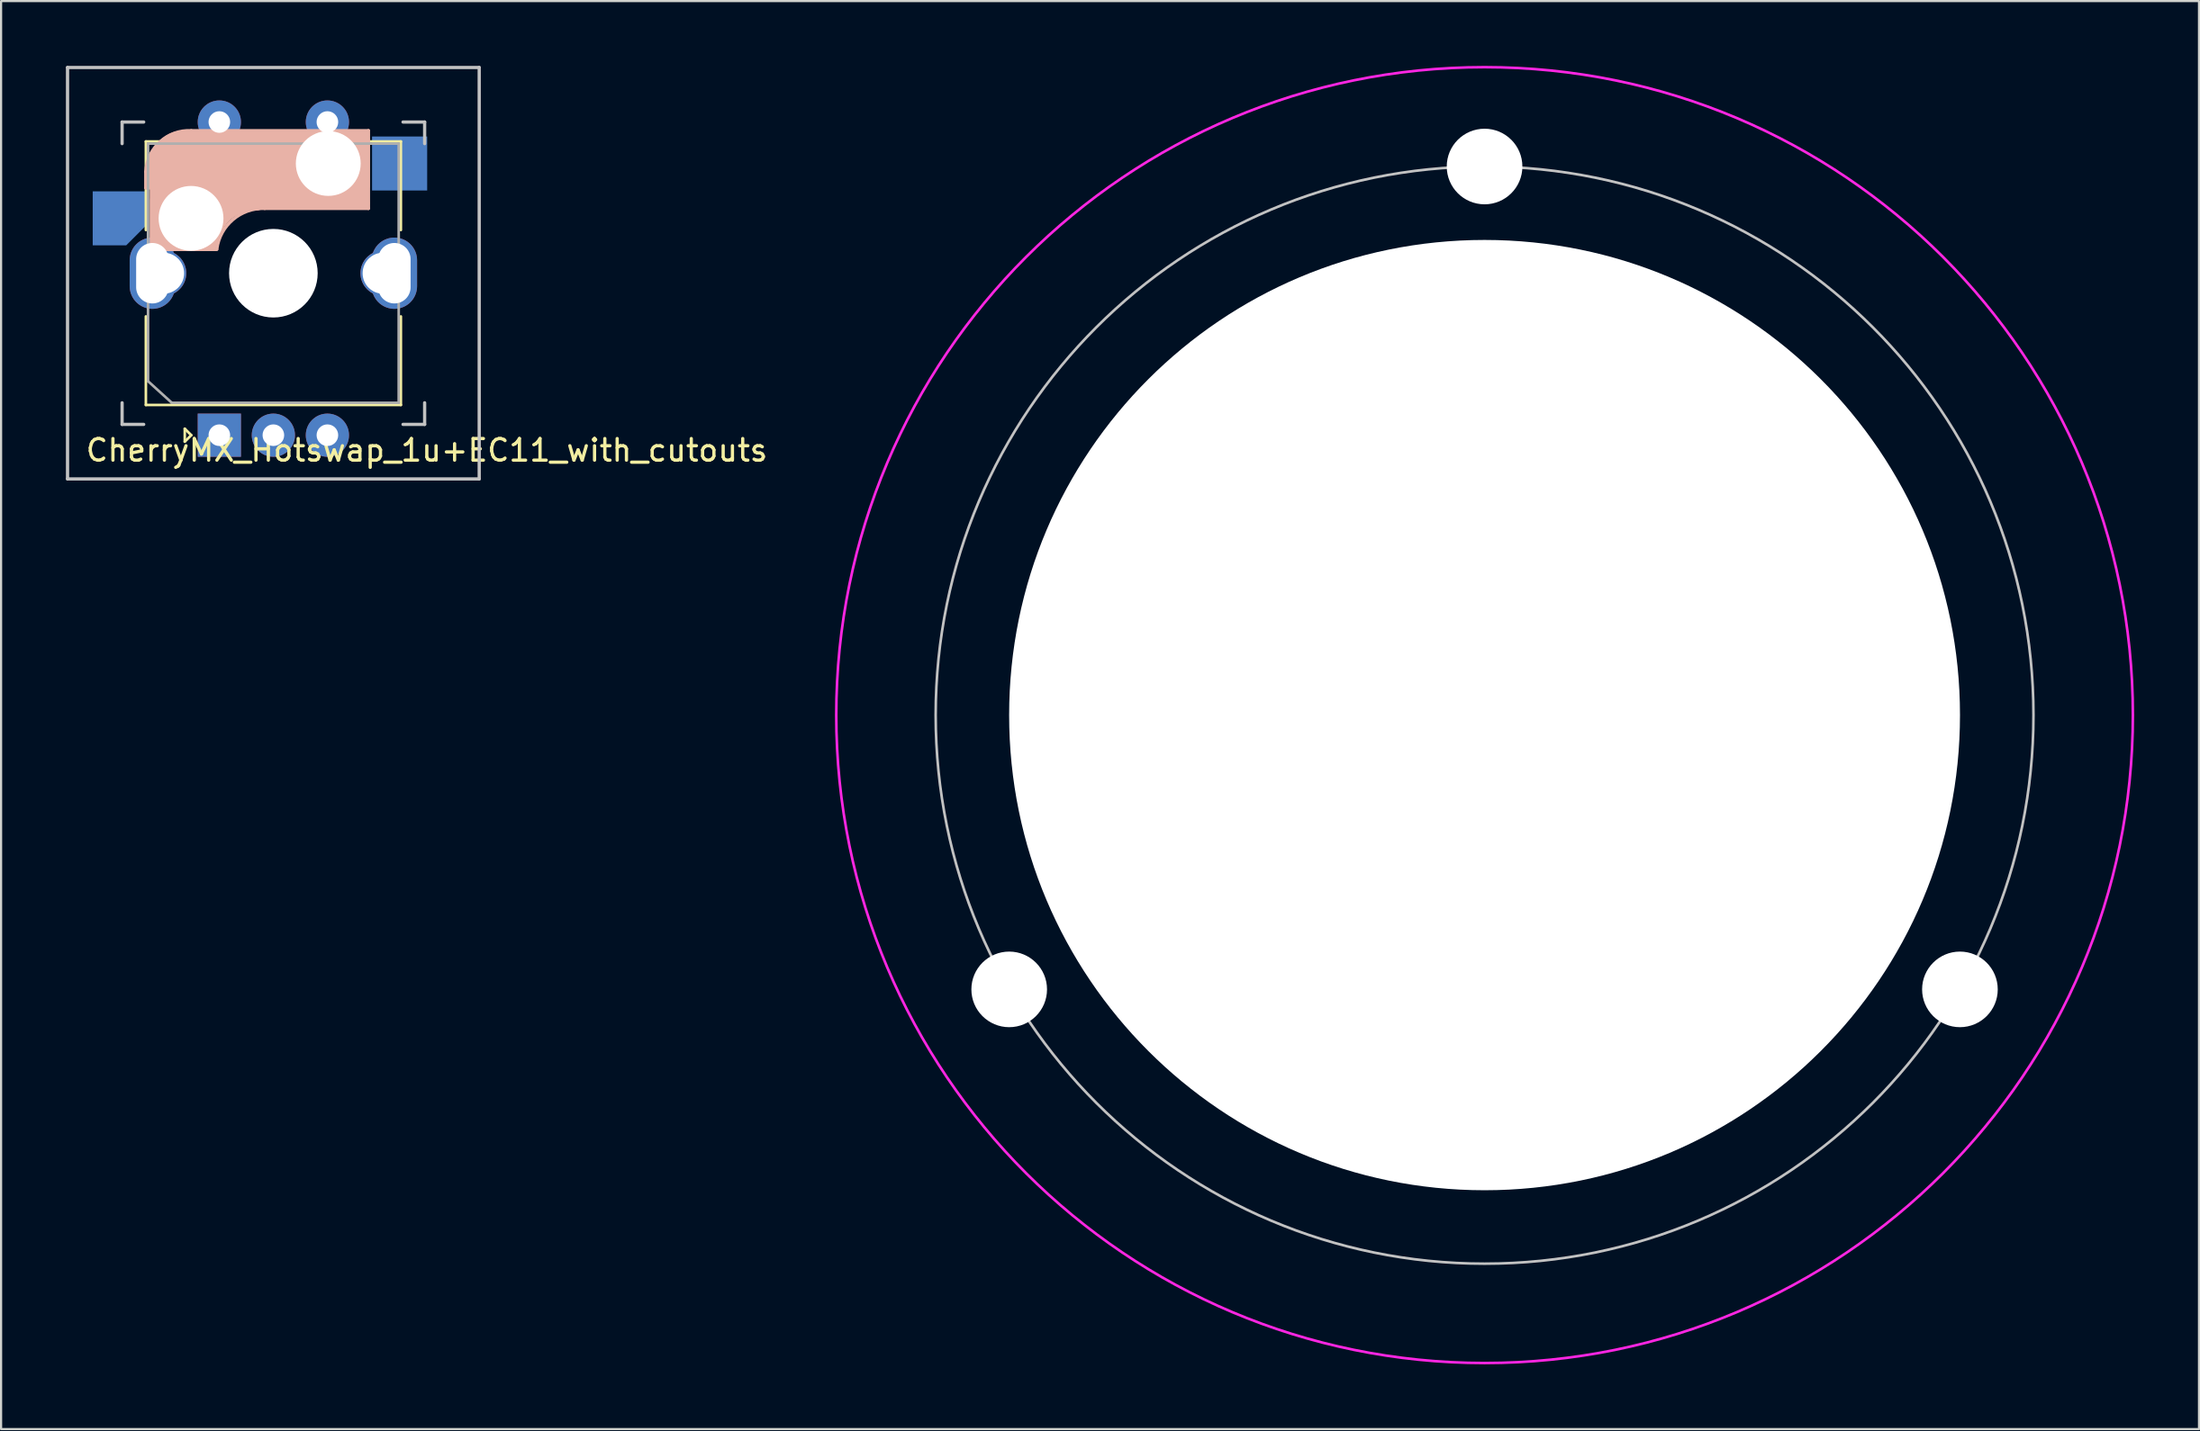
<source format=kicad_pcb>
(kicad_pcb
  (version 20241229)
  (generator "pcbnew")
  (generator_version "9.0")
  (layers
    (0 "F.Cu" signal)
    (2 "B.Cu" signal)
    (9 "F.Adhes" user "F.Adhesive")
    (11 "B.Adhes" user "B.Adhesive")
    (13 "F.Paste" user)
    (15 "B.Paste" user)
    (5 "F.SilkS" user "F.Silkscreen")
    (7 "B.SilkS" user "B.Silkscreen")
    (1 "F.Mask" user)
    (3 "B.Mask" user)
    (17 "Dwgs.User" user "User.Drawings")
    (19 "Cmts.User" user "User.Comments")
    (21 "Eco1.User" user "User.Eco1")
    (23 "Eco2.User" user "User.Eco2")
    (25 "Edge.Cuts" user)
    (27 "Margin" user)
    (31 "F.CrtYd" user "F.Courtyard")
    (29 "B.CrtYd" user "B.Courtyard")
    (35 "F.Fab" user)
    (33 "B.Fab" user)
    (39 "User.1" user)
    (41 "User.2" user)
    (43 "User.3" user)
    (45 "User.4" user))
  (footprint "CherryMX_Hotswap_1u+EC11_with_cutouts"
    (layer "F.Cu")
    (at 9.6 9.6)
    (property "Reference" "CherryMX_Hotswap_1u+EC11_with_cutouts" (at 7.1 8.2 0) (layer "F.SilkS") (effects (font (size 1 1) (thickness 0.15))))
    (attr through_hole)
    (fp_line (start -5.9 -6.1) (end -3.5 -6.1) (stroke (width 0.12) (type solid)) (layer "F.SilkS"))
    (fp_line (start -5.9 -2) (end -5.9 -6.1) (stroke (width 0.12) (type solid)) (layer "F.SilkS"))
    (fp_line (start -5.9 2) (end -5.9 6.1) (stroke (width 0.12) (type solid)) (layer "F.SilkS"))
    (fp_line (start -5.9 6.1) (end 5.9 6.1) (stroke (width 0.12) (type solid)) (layer "F.SilkS"))
    (fp_line (start -4.1 7.2) (end -3.8 7.5) (stroke (width 0.12) (type solid)) (layer "F.SilkS"))
    (fp_line (start -4.1 7.8) (end -4.1 7.2) (stroke (width 0.12) (type solid)) (layer "F.SilkS"))
    (fp_line (start -3.8 7.5) (end -4.1 7.8) (stroke (width 0.12) (type solid)) (layer "F.SilkS"))
    (fp_line (start -1.3 -6.1) (end 0.75 -6.1) (stroke (width 0.12) (type solid)) (layer "F.SilkS"))
    (fp_line (start 4.3 -6.1) (end 5.9 -6.1) (stroke (width 0.12) (type solid)) (layer "F.SilkS"))
    (fp_line (start 5.9 -6.1) (end 5.9 -2) (stroke (width 0.12) (type solid)) (layer "F.SilkS"))
    (fp_line (start 5.9 2) (end 5.9 6.1) (stroke (width 0.12) (type solid)) (layer "F.SilkS"))
    (fp_line (start -5.9 -4.7) (end -5.9 -3.95) (stroke (width 0.15) (type solid)) (layer "B.SilkS"))
    (fp_line (start -5.9 -3.95) (end -5.7 -3.95) (stroke (width 0.15) (type solid)) (layer "B.SilkS"))
    (fp_line (start -5.8 -4.05) (end -5.8 -4.7) (stroke (width 0.3) (type solid)) (layer "B.SilkS"))
    (fp_line (start -5.65 -5.55) (end -5.65 -1.1) (stroke (width 0.15) (type solid)) (layer "B.SilkS"))
    (fp_line (start -5.65 -1.1) (end -2.62 -1.1) (stroke (width 0.15) (type solid)) (layer "B.SilkS"))
    (fp_line (start -5.45 -1.3) (end -3 -1.3) (stroke (width 0.5) (type solid)) (layer "B.SilkS"))
    (fp_line (start -5.3 -1.6) (end -5.3 -3.4) (stroke (width 0.8) (type solid)) (layer "B.SilkS"))
    (fp_line (start -4.17 -5.1) (end -4.17 -2.86) (stroke (width 3) (type solid)) (layer "B.SilkS"))
    (fp_line (start -0.4 -3) (end 4.4 -3) (stroke (width 0.15) (type solid)) (layer "B.SilkS"))
    (fp_line (start 2.6 -4.8) (end -4.1 -4.8) (stroke (width 3.5) (type solid)) (layer "B.SilkS"))
    (fp_line (start 3.9 -6) (end 3.9 -3.5) (stroke (width 1) (type solid)) (layer "B.SilkS"))
    (fp_line (start 4.2 -3.25) (end 2.9 -3.3) (stroke (width 0.5) (type solid)) (layer "B.SilkS"))
    (fp_line (start 4.25 -6.4) (end 3 -6.4) (stroke (width 0.4) (type solid)) (layer "B.SilkS"))
    (fp_line (start 4.38 -4) (end 4.38 -6.25) (stroke (width 0.15) (type solid)) (layer "B.SilkS"))
    (fp_line (start 4.4 -6.6) (end -3.8 -6.6) (stroke (width 0.15) (type solid)) (layer "B.SilkS"))
    (fp_line (start 4.4 -3) (end 4.4 -6.6) (stroke (width 0.15) (type solid)) (layer "B.SilkS"))
    (fp_arc (start -5.9 -4.699999) (mid -5.243504 -6.084924) (end -3.800001 -6.6) (stroke (width 0.15) (type solid)) (layer "B.SilkS"))
    (fp_arc (start -3.016318 -1.521471) (mid -2.268709 -2.886118) (end -0.8 -3.4) (stroke (width 1) (type solid)) (layer "B.SilkS"))
    (fp_arc (start -2.616318 -1.121471) (mid -1.868709 -2.486118) (end -0.4 -3) (stroke (width 0.15) (type solid)) (layer "B.SilkS"))
    (fp_line (start -9.525 -9.525) (end 9.525 -9.525) (stroke (width 0.15) (type solid)) (layer "Dwgs.User"))
    (fp_line (start -9.525 9.525) (end -9.525 -9.525) (stroke (width 0.15) (type solid)) (layer "Dwgs.User"))
    (fp_line (start -7 -7) (end -6 -7) (stroke (width 0.15) (type solid)) (layer "Dwgs.User"))
    (fp_line (start -7 -6) (end -7 -7) (stroke (width 0.15) (type solid)) (layer "Dwgs.User"))
    (fp_line (start -7 6) (end -7 7) (stroke (width 0.15) (type solid)) (layer "Dwgs.User"))
    (fp_line (start -7 7) (end -6 7) (stroke (width 0.15) (type solid)) (layer "Dwgs.User"))
    (fp_line (start 6 7) (end 7 7) (stroke (width 0.15) (type solid)) (layer "Dwgs.User"))
    (fp_line (start 7 -7) (end 6 -7) (stroke (width 0.15) (type solid)) (layer "Dwgs.User"))
    (fp_line (start 7 -7) (end 7 -6) (stroke (width 0.15) (type solid)) (layer "Dwgs.User"))
    (fp_line (start 7 7) (end 7 6) (stroke (width 0.15) (type solid)) (layer "Dwgs.User"))
    (fp_line (start 9.525 -9.525) (end 9.525 9.525) (stroke (width 0.15) (type solid)) (layer "Dwgs.User"))
    (fp_line (start 9.525 9.525) (end -9.525 9.525) (stroke (width 0.15) (type solid)) (layer "Dwgs.User"))
    (fp_line (start -5.8 -6) (end 5.8 -6) (stroke (width 0.12) (type solid)) (layer "F.Fab"))
    (fp_line (start -5.8 5) (end -5.8 -6) (stroke (width 0.12) (type solid)) (layer "F.Fab"))
    (fp_line (start -4.7 6) (end -5.8 5) (stroke (width 0.12) (type solid)) (layer "F.Fab"))
    (fp_line (start 5.8 -6) (end 5.8 6) (stroke (width 0.12) (type solid)) (layer "F.Fab"))
    (fp_line (start 5.8 6) (end -4.7 6) (stroke (width 0.12) (type solid)) (layer "F.Fab"))
    (fp_line (start -8.6 -3.95) (end -8.6 -1.15) (stroke (width 0.1) (type default)) (layer "User.6"))
    (fp_line (start -8.6 -3.95) (end -3.165 -7.955) (stroke (width 0.1) (type default)) (layer "User.6"))
    (fp_line (start -8.6 -1.15) (end -6.503 1.471) (stroke (width 0.1) (type default)) (layer "User.6"))
    (fp_line (start -3.6 6.4) (end -3.6 8.6) (stroke (width 0.1) (type default)) (layer "User.6"))
    (fp_line (start -2.571 -8.15) (end 2.7 -8.15) (stroke (width 0.1) (type default)) (layer "User.6"))
    (fp_line (start 0 2.25) (end -5.715 1.881) (stroke (width 0.1) (type default)) (layer "User.6"))
    (fp_line (start 0 2.25) (end 5.726 1.883) (stroke (width 0.1) (type default)) (layer "User.6"))
    (fp_line (start 2.5 6.4) (end -3.6 6.4) (stroke (width 0.1) (type default)) (layer "User.6"))
    (fp_line (start 2.5 8.6) (end -3.6 8.6) (stroke (width 0.1) (type default)) (layer "User.6"))
    (fp_line (start 2.7 -8.15) (end 7.35 -6.55) (stroke (width 0.1) (type default)) (layer "User.6"))
    (fp_line (start 7.35 -6.55) (end 7.35 -3.65) (stroke (width 0.1) (type default)) (layer "User.6"))
    (fp_line (start 7.35 -3.65) (end 6.771 0.903) (stroke (width 0.1) (type default)) (layer "User.6"))
    (fp_arc (start -5.71529 1.881272) (mid -6.152662 1.759125) (end -6.503425 1.470718) (stroke (width 0.1) (type default)) (layer "User.6"))
    (fp_arc (start -3.164567 -7.955056) (mid -2.883573 -8.100015) (end -2.571368 -8.15) (stroke (width 0.1) (type default)) (layer "User.6"))
    (fp_arc (start 2.5 6.4) (mid 3.6 7.5) (end 2.5 8.6) (stroke (width 0.1) (type default)) (layer "User.6"))
    (fp_arc (start 6.771348 0.902843) (mid 6.42295 1.579057) (end 5.725829 1.883473) (stroke (width 0.1) (type default)) (layer "User.6"))
    (pad "" np_thru_hole circle (at -3.81 -2.54) (size 3 3) (drill 3) (layers "*.Cu" "*.Mask"))
    (pad "" np_thru_hole circle (at 0 0 90) (size 4.1 4.1) (drill 4.1) (layers "*.Cu" "*.Mask"))
    (pad "1" smd roundrect (at -7.085 -2.54 180) (size 2.55 2.5) (layers "B.Cu" "B.Mask" "B.Paste") (roundrect_rratio 0) (chamfer_ratio 0.4) (chamfer top_left))
    (pad "2" smd rect (at 5.842 -5.08 180) (size 2.55 2.5) (layers "B.Cu" "B.Mask" "B.Paste"))
    (pad "A" thru_hole rect (at -2.5 7.5 90) (size 2 2) (drill 1) (layers "*.Cu" "*.Mask"))
    (pad "B" thru_hole circle (at 2.5 7.5 90) (size 2 2) (drill 1) (layers "*.Cu" "*.Mask"))
    (pad "C" thru_hole circle (at 0 7.5 90) (size 2 2) (drill 1) (layers "*.Cu" "*.Mask"))
    (pad "MP" thru_hole oval (at -5.6 0 90) (size 3.3 2.1) (drill oval 2.8 1.5) (layers "*.Cu" "*.Mask"))
    (pad "MP" thru_hole circle (at -5.08 0) (size 2.1 2.1) (drill 1.9) (layers "*.Cu" "*.Mask"))
    (pad "MP" thru_hole circle (at 5.08 0) (size 2.1 2.1) (drill 1.9) (layers "*.Cu" "*.Mask"))
    (pad "MP" thru_hole oval (at 5.6 0 90) (size 3.3 2.1) (drill oval 2.8 1.5) (layers "*.Cu" "*.Mask"))
    (pad "S1" thru_hole circle (at -2.5 -7 90) (size 2 2) (drill 1) (layers "*.Cu" "*.Mask"))
    (pad "S2" thru_hole circle (at 2.5 -7 90) (size 2 2) (drill 1) (layers "*.Cu" "*.Mask"))
    (pad "S2" thru_hole circle (at 2.54 -5.08) (size 3.1 3.1) (drill 3) (layers "*.Cu" "*.Mask")))
  (footprint "CNC_Encoder"
    (layer "F.Cu")
    (at 65.647 30.06)
    (property "Reference" "CNC_Encoder" (at 0 0.5 0) (layer "F.SilkS") (effects (font (size 1 1) (thickness 0.15))))
    (attr through_hole)
    (fp_circle (center 0 0) (end 25.4 0) (stroke (width 0.12) (type solid)) (fill no) (layer "Dwgs.User"))
    (fp_circle (center 0 0) (end 30 0) (stroke (width 0.12) (type solid)) (fill no) (layer "F.CrtYd"))
    (pad "" np_thru_hole circle (at -21.997 12.7) (size 3.5 3.5) (drill 3.5) (layers "*.Cu" "*.Mask"))
    (pad "" np_thru_hole circle (at 0 -25.4) (size 3.5 3.5) (drill 3.5) (layers "*.Cu" "*.Mask"))
    (pad "" np_thru_hole circle (at 0 0) (size 44 44) (drill 44) (layers "*.Cu" "*.Mask"))
    (pad "" np_thru_hole circle (at 21.997 12.7) (size 3.5 3.5) (drill 3.5) (layers "*.Cu" "*.Mask")))
  (gr_rect
    (start -3 -3)
    (end 98.707 63.12)
    (stroke (width 0.1) (type default))
    (fill no)
    (layer "Edge.Cuts")))
</source>
